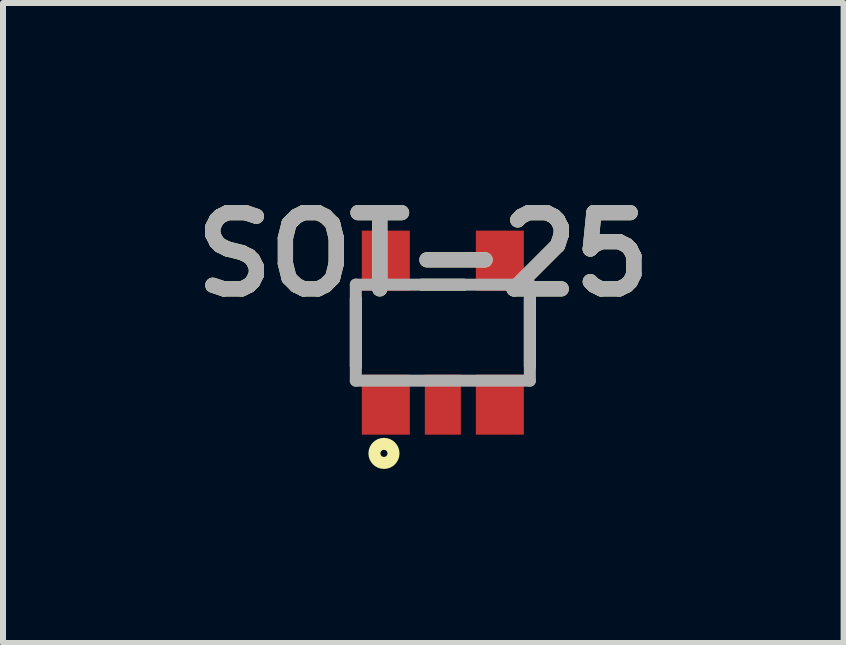
<source format=kicad_pcb>
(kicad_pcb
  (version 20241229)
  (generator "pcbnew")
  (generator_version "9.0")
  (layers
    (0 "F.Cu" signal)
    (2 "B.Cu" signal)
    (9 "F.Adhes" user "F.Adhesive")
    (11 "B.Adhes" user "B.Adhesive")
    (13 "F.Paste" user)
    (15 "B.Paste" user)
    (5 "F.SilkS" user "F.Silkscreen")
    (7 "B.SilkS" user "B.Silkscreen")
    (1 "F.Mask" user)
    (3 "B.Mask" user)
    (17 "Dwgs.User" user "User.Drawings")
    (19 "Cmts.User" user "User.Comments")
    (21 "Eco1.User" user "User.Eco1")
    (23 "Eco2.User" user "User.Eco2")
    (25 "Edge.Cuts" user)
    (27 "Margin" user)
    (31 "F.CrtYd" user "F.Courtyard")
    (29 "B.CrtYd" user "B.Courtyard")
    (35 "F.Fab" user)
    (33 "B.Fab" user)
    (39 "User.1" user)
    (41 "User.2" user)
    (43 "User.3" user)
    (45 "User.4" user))
  (footprint "SOT-25"
    (layer "F.Cu")
    (at 4.329 2.493)
    (property "Reference" "SOT-25" (at -0.325 -1.304 0) (layer "F.SilkS") (effects (font (size 1.27 1.27) (thickness 0.254))))
    (attr smd)
    (fp_line (start -1.45 -0.563) (end -1.45 0.56) (stroke (width 0.2) (type solid)) (layer "F.SilkS"))
    (fp_line (start -0.35 -0.799) (end 0.35 -0.799) (stroke (width 0.2) (type solid)) (layer "F.SilkS"))
    (fp_line (start 1.45 -0.563) (end 1.45 0.56) (stroke (width 0.2) (type solid)) (layer "F.SilkS"))
    (fp_circle (center -0.981 2.012) (end -0.981 2.071) (stroke (width 0.2) (type solid)) (fill no) (layer "F.SilkS"))
    (fp_line (start -1.45 -0.8) (end 1.45 -0.8) (stroke (width 0.2) (type solid)) (layer "F.Fab"))
    (fp_line (start -1.45 0.8) (end -1.45 -0.8) (stroke (width 0.2) (type solid)) (layer "F.Fab"))
    (fp_line (start 1.45 -0.8) (end 1.45 0.8) (stroke (width 0.2) (type solid)) (layer "F.Fab"))
    (fp_line (start 1.45 0.8) (end -1.45 0.8) (stroke (width 0.2) (type solid)) (layer "F.Fab"))
    (fp_text user "${REFERENCE}" (at -0.325 -1.304 0) (layer "F.Fab") (effects (font (size 1.27 1.27) (thickness 0.254))))
    (pad "1" smd rect (at -0.95 1.2) (size 0.8 1) (layers "F.Cu" "F.Mask" "F.Paste"))
    (pad "2" smd rect (at 0 1.2) (size 0.6 1) (layers "F.Cu" "F.Mask" "F.Paste"))
    (pad "3" smd rect (at 0.95 1.2) (size 0.8 1) (layers "F.Cu" "F.Mask" "F.Paste"))
    (pad "4" smd rect (at 0.95 -1.2) (size 0.8 1) (layers "F.Cu" "F.Mask" "F.Paste"))
    (pad "5" smd rect (at -0.95 -1.2) (size 0.8 1) (layers "F.Cu" "F.Mask" "F.Paste")))
  (gr_rect
    (start -3 -3)
    (end 11.007 7.664)
    (stroke (width 0.1) (type default))
    (fill no)
    (layer "Edge.Cuts")))
</source>
